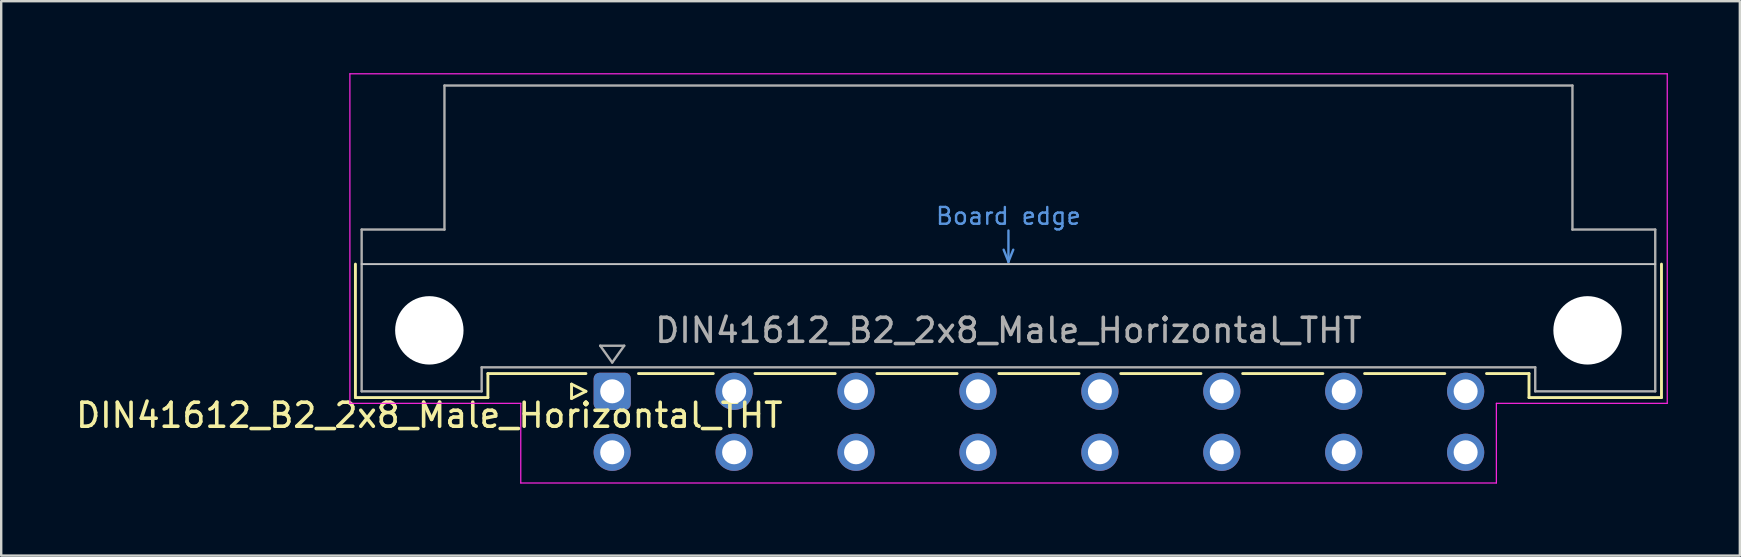
<source format=kicad_pcb>
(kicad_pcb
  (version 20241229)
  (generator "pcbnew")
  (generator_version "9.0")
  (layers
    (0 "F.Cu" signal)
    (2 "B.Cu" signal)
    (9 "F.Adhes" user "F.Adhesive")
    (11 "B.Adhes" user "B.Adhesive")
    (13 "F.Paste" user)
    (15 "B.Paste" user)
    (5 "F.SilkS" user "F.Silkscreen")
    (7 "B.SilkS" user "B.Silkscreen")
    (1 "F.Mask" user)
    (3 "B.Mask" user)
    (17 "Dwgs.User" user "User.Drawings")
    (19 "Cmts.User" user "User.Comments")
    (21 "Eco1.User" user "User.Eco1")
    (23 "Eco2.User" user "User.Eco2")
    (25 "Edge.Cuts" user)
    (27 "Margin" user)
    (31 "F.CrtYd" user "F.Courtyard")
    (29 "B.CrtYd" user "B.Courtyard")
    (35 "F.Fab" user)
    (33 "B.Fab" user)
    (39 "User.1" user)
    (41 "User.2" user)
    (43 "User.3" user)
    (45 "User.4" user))
  (footprint "DIN41612_B2_2x8_Male_Horizontal_THT"
    (layer "F.Cu")
    (at 19.919 13.255)
    (property "Reference" "DIN41612_B2_2x8_Male_Horizontal_THT" (at -5.08 1 0) (layer "F.SilkS") (effects (font (size 1 1) (thickness 0.15))))
    (attr through_hole)
    (fp_line (start -8.16 -5.3) (end -8.16 0.26) (stroke (width 0.12) (type solid)) (layer "F.SilkS"))
    (fp_line (start -8.16 0.26) (end -2.64 0.26) (stroke (width 0.12) (type solid)) (layer "F.SilkS"))
    (fp_line (start -2.64 -0.74) (end 1.445 -0.74) (stroke (width 0.12) (type solid)) (layer "F.SilkS"))
    (fp_line (start -2.64 0.26) (end -2.64 -0.74) (stroke (width 0.12) (type solid)) (layer "F.SilkS"))
    (fp_line (start 0.845 -0.3) (end 0.845 0.3) (stroke (width 0.12) (type solid)) (layer "F.SilkS"))
    (fp_line (start 0.845 0.3) (end 1.445 0) (stroke (width 0.12) (type solid)) (layer "F.SilkS"))
    (fp_line (start 1.445 0) (end 0.845 -0.3) (stroke (width 0.12) (type solid)) (layer "F.SilkS"))
    (fp_line (start 3.635 -0.74) (end 6.751 -0.74) (stroke (width 0.12) (type solid)) (layer "F.SilkS"))
    (fp_line (start 8.49 -0.74) (end 11.831 -0.74) (stroke (width 0.12) (type solid)) (layer "F.SilkS"))
    (fp_line (start 13.57 -0.74) (end 16.911 -0.74) (stroke (width 0.12) (type solid)) (layer "F.SilkS"))
    (fp_line (start 18.65 -0.74) (end 21.991 -0.74) (stroke (width 0.12) (type solid)) (layer "F.SilkS"))
    (fp_line (start 23.73 -0.74) (end 27.071 -0.74) (stroke (width 0.12) (type solid)) (layer "F.SilkS"))
    (fp_line (start 28.81 -0.74) (end 32.151 -0.74) (stroke (width 0.12) (type solid)) (layer "F.SilkS"))
    (fp_line (start 33.89 -0.74) (end 37.231 -0.74) (stroke (width 0.12) (type solid)) (layer "F.SilkS"))
    (fp_line (start 38.97 -0.74) (end 40.74 -0.74) (stroke (width 0.12) (type solid)) (layer "F.SilkS"))
    (fp_line (start 40.74 0.26) (end 40.74 -0.74) (stroke (width 0.12) (type solid)) (layer "F.SilkS"))
    (fp_line (start 46.26 -5.3) (end 46.26 0.26) (stroke (width 0.12) (type solid)) (layer "F.SilkS"))
    (fp_line (start 46.26 0.26) (end 40.74 0.26) (stroke (width 0.12) (type solid)) (layer "F.SilkS"))
    (fp_line (start -7.9 -5.3) (end 46 -5.3) (stroke (width 0.08) (type solid)) (layer "Dwgs.User"))
    (fp_line (start 18.85 -5.9) (end 19.05 -5.4) (stroke (width 0.1) (type solid)) (layer "Cmts.User"))
    (fp_line (start 19.05 -5.4) (end 19.05 -6.7) (stroke (width 0.1) (type solid)) (layer "Cmts.User"))
    (fp_line (start 19.05 -5.4) (end 19.25 -5.9) (stroke (width 0.1) (type solid)) (layer "Cmts.User"))
    (fp_line (start -8.39 -13.23) (end -8.39 0.5) (stroke (width 0.05) (type solid)) (layer "F.CrtYd"))
    (fp_line (start -8.39 0.5) (end -1.27 0.5) (stroke (width 0.05) (type solid)) (layer "F.CrtYd"))
    (fp_line (start -1.27 0.5) (end -1.27 3.82) (stroke (width 0.05) (type solid)) (layer "F.CrtYd"))
    (fp_line (start -1.27 3.82) (end 39.38 3.82) (stroke (width 0.05) (type solid)) (layer "F.CrtYd"))
    (fp_line (start 39.38 0.5) (end 46.5 0.5) (stroke (width 0.05) (type solid)) (layer "F.CrtYd"))
    (fp_line (start 39.38 3.82) (end 39.38 0.5) (stroke (width 0.05) (type solid)) (layer "F.CrtYd"))
    (fp_line (start 46.5 -13.23) (end -8.39 -13.23) (stroke (width 0.05) (type solid)) (layer "F.CrtYd"))
    (fp_line (start 46.5 0.5) (end 46.5 -13.23) (stroke (width 0.05) (type solid)) (layer "F.CrtYd"))
    (fp_line (start -7.9 -6.74) (end -7.9 0) (stroke (width 0.1) (type solid)) (layer "F.Fab"))
    (fp_line (start -7.9 0) (end -2.9 0) (stroke (width 0.1) (type solid)) (layer "F.Fab"))
    (fp_line (start -4.45 -12.74) (end -4.45 -6.74) (stroke (width 0.1) (type solid)) (layer "F.Fab"))
    (fp_line (start -4.45 -6.74) (end -7.9 -6.74) (stroke (width 0.1) (type solid)) (layer "F.Fab"))
    (fp_line (start -2.9 -1) (end 41 -1) (stroke (width 0.1) (type solid)) (layer "F.Fab"))
    (fp_line (start -2.9 0) (end -2.9 -1) (stroke (width 0.1) (type solid)) (layer "F.Fab"))
    (fp_line (start 2.04 -1.9) (end 3.04 -1.9) (stroke (width 0.1) (type solid)) (layer "F.Fab"))
    (fp_line (start 2.54 -1.2) (end 2.04 -1.9) (stroke (width 0.1) (type solid)) (layer "F.Fab"))
    (fp_line (start 3.04 -1.9) (end 2.54 -1.2) (stroke (width 0.1) (type solid)) (layer "F.Fab"))
    (fp_line (start 41 -1) (end 41 0) (stroke (width 0.1) (type solid)) (layer "F.Fab"))
    (fp_line (start 41 0) (end 46 0) (stroke (width 0.1) (type solid)) (layer "F.Fab"))
    (fp_line (start 42.55 -12.74) (end -4.45 -12.74) (stroke (width 0.1) (type solid)) (layer "F.Fab"))
    (fp_line (start 42.55 -6.74) (end 42.55 -12.74) (stroke (width 0.1) (type solid)) (layer "F.Fab"))
    (fp_line (start 46 -6.74) (end 42.55 -6.74) (stroke (width 0.1) (type solid)) (layer "F.Fab"))
    (fp_line (start 46 0) (end 46 -6.74) (stroke (width 0.1) (type solid)) (layer "F.Fab"))
    (fp_text user "Board edge" (at 19.05 -7.3 0) (layer "Cmts.User") (effects (font (size 0.7 0.7) (thickness 0.1))))
    (fp_text user "${REFERENCE}" (at 19.05 -2.54 0) (layer "F.Fab") (effects (font (size 1 1) (thickness 0.15))))
    (pad "" np_thru_hole circle (at -5.08 -2.54) (size 2.85 2.85) (drill 2.85) (layers "*.Cu" "*.Mask"))
    (pad "" np_thru_hole circle (at 43.18 -2.54) (size 2.85 2.85) (drill 2.85) (layers "*.Cu" "*.Mask"))
    (pad "a2" thru_hole roundrect (at 2.54 0) (size 1.55 1.55) (drill 1) (layers "*.Cu" "*.Mask") (roundrect_rratio 0.161))
    (pad "a4" thru_hole circle (at 7.62 0) (size 1.55 1.55) (drill 1) (layers "*.Cu" "*.Mask"))
    (pad "a6" thru_hole circle (at 12.7 0) (size 1.55 1.55) (drill 1) (layers "*.Cu" "*.Mask"))
    (pad "a8" thru_hole circle (at 17.78 0) (size 1.55 1.55) (drill 1) (layers "*.Cu" "*.Mask"))
    (pad "a10" thru_hole circle (at 22.86 0) (size 1.55 1.55) (drill 1) (layers "*.Cu" "*.Mask"))
    (pad "a12" thru_hole circle (at 27.94 0) (size 1.55 1.55) (drill 1) (layers "*.Cu" "*.Mask"))
    (pad "a14" thru_hole circle (at 33.02 0) (size 1.55 1.55) (drill 1) (layers "*.Cu" "*.Mask"))
    (pad "a16" thru_hole circle (at 38.1 0) (size 1.55 1.55) (drill 1) (layers "*.Cu" "*.Mask"))
    (pad "b2" thru_hole circle (at 2.54 2.54) (size 1.55 1.55) (drill 1) (layers "*.Cu" "*.Mask"))
    (pad "b4" thru_hole circle (at 7.62 2.54) (size 1.55 1.55) (drill 1) (layers "*.Cu" "*.Mask"))
    (pad "b6" thru_hole circle (at 12.7 2.54) (size 1.55 1.55) (drill 1) (layers "*.Cu" "*.Mask"))
    (pad "b8" thru_hole circle (at 17.78 2.54) (size 1.55 1.55) (drill 1) (layers "*.Cu" "*.Mask"))
    (pad "b10" thru_hole circle (at 22.86 2.54) (size 1.55 1.55) (drill 1) (layers "*.Cu" "*.Mask"))
    (pad "b12" thru_hole circle (at 27.94 2.54) (size 1.55 1.55) (drill 1) (layers "*.Cu" "*.Mask"))
    (pad "b14" thru_hole circle (at 33.02 2.54) (size 1.55 1.55) (drill 1) (layers "*.Cu" "*.Mask"))
    (pad "b16" thru_hole circle (at 38.1 2.54) (size 1.55 1.55) (drill 1) (layers "*.Cu" "*.Mask")))
  (gr_rect
    (start -3 -3)
    (end 69.444 20.1)
    (stroke (width 0.1) (type default))
    (fill no)
    (layer "Edge.Cuts")))
</source>
